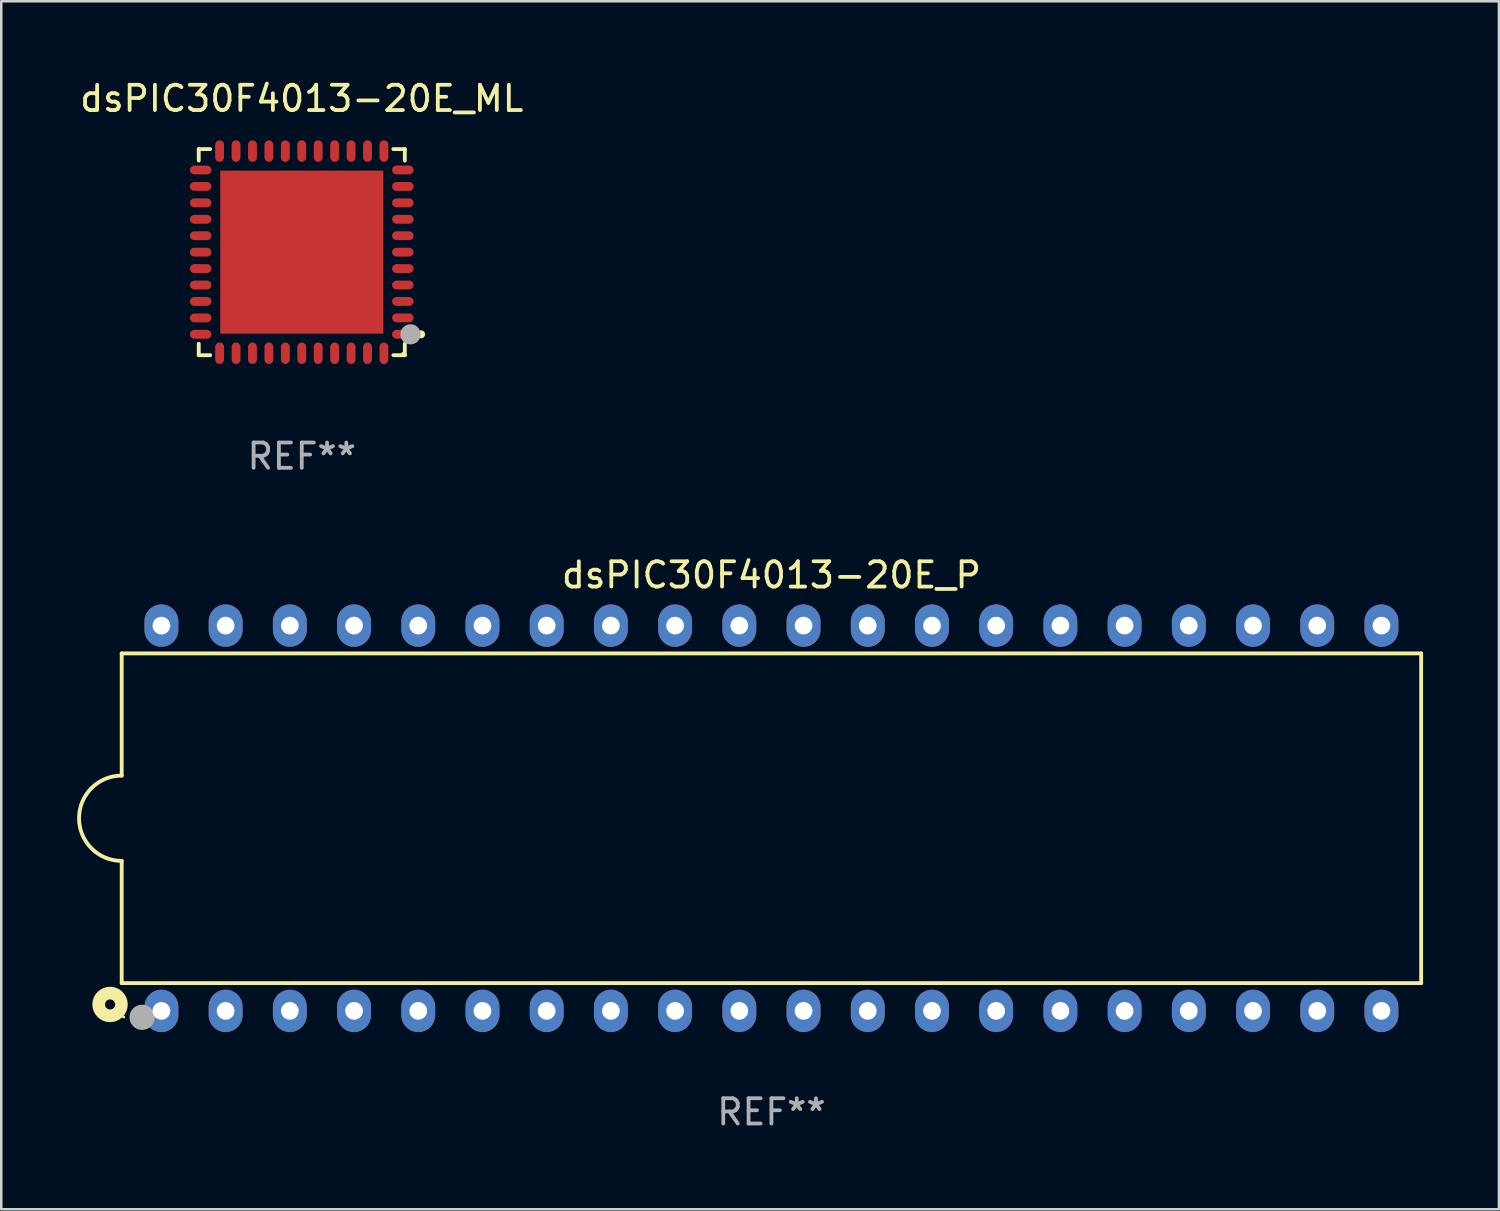
<source format=kicad_pcb>
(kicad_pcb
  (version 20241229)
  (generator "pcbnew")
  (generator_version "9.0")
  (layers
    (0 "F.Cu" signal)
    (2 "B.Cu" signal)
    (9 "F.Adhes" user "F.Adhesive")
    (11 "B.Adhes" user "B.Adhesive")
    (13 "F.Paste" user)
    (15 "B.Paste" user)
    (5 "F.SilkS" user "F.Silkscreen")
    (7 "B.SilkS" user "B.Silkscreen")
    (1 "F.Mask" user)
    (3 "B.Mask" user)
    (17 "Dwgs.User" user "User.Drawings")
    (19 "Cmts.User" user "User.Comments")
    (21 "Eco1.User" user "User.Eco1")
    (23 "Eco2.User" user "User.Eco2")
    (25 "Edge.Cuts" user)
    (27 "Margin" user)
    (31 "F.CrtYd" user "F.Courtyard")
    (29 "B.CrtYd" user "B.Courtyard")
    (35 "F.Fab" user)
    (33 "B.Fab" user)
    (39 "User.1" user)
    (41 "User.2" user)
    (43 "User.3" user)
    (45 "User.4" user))
  (footprint "dsPIC30F4013-20E_ML"
    (layer "F.Cu")
    (at 8.887 6.924)
    (property "Reference" "dsPIC30F4013-20E_ML" (at 0 -6.076 0) (layer "F.SilkS") (effects (font (size 1 1) (thickness 0.15))))
    (attr through_hole)
    (fp_line (start -4.076 -4.076) (end -4.076 -3.622) (stroke (width 0.152) (type solid)) (layer "F.SilkS"))
    (fp_line (start -4.076 4.076) (end -4.076 3.622) (stroke (width 0.152) (type solid)) (layer "F.SilkS"))
    (fp_line (start -3.622 -4.076) (end -4.076 -4.076) (stroke (width 0.152) (type solid)) (layer "F.SilkS"))
    (fp_line (start -3.622 4.076) (end -4.076 4.076) (stroke (width 0.152) (type solid)) (layer "F.SilkS"))
    (fp_line (start 3.622 -4.076) (end 4.076 -4.076) (stroke (width 0.152) (type solid)) (layer "F.SilkS"))
    (fp_line (start 3.622 4.076) (end 4.076 4.076) (stroke (width 0.152) (type solid)) (layer "F.SilkS"))
    (fp_line (start 4.076 -4.076) (end 4.076 -3.622) (stroke (width 0.152) (type solid)) (layer "F.SilkS"))
    (fp_line (start 4.076 4.076) (end 4.076 3.622) (stroke (width 0.152) (type solid)) (layer "F.SilkS"))
    (fp_circle (center 4 4) (end 4.03 4) (stroke (width 0.06) (type solid)) (fill no) (layer "F.SilkS"))
    (fp_circle (center 4.722 3.25) (end 4.801 3.25) (stroke (width 0.158) (type solid)) (fill no) (layer "F.SilkS"))
    (fp_circle (center 4.3 3.25) (end 4.5 3.25) (stroke (width 0.4) (type solid)) (fill no) (layer "F.Fab"))
    (fp_text user "REF**" (at 0 8.076 0) (layer "F.Fab") (effects (font (size 1 1) (thickness 0.15))))
    (pad "1" smd oval (at 3.998 3.25) (size 0.85 0.35) (layers "F.Cu" "F.Mask" "F.Paste"))
    (pad "2" smd oval (at 3.998 2.6) (size 0.85 0.35) (layers "F.Cu" "F.Mask" "F.Paste"))
    (pad "3" smd oval (at 3.998 1.95) (size 0.85 0.35) (layers "F.Cu" "F.Mask" "F.Paste"))
    (pad "4" smd oval (at 3.998 1.3) (size 0.85 0.35) (layers "F.Cu" "F.Mask" "F.Paste"))
    (pad "5" smd oval (at 3.998 0.65) (size 0.85 0.35) (layers "F.Cu" "F.Mask" "F.Paste"))
    (pad "6" smd oval (at 3.998 0.000051) (size 0.85 0.35) (layers "F.Cu" "F.Mask" "F.Paste"))
    (pad "7" smd oval (at 3.998 -0.65) (size 0.85 0.35) (layers "F.Cu" "F.Mask" "F.Paste"))
    (pad "8" smd oval (at 3.998 -1.3) (size 0.85 0.35) (layers "F.Cu" "F.Mask" "F.Paste"))
    (pad "9" smd oval (at 3.998 -1.95) (size 0.85 0.35) (layers "F.Cu" "F.Mask" "F.Paste"))
    (pad "10" smd oval (at 3.998 -2.6) (size 0.85 0.35) (layers "F.Cu" "F.Mask" "F.Paste"))
    (pad "11" smd oval (at 3.998 -3.25) (size 0.85 0.35) (layers "F.Cu" "F.Mask" "F.Paste"))
    (pad "12" smd oval (at 3.25 -3.998) (size 0.35 0.85) (layers "F.Cu" "F.Mask" "F.Paste"))
    (pad "13" smd oval (at 2.6 -3.998) (size 0.35 0.85) (layers "F.Cu" "F.Mask" "F.Paste"))
    (pad "14" smd oval (at 1.95 -3.998) (size 0.35 0.85) (layers "F.Cu" "F.Mask" "F.Paste"))
    (pad "15" smd oval (at 1.3 -3.998) (size 0.35 0.85) (layers "F.Cu" "F.Mask" "F.Paste"))
    (pad "16" smd oval (at 0.65 -3.998) (size 0.35 0.85) (layers "F.Cu" "F.Mask" "F.Paste"))
    (pad "17" smd oval (at -0.000127 -3.998) (size 0.35 0.85) (layers "F.Cu" "F.Mask" "F.Paste"))
    (pad "18" smd oval (at -0.65 -3.998) (size 0.35 0.85) (layers "F.Cu" "F.Mask" "F.Paste"))
    (pad "19" smd oval (at -1.3 -3.998) (size 0.35 0.85) (layers "F.Cu" "F.Mask" "F.Paste"))
    (pad "20" smd oval (at -1.95 -3.998) (size 0.35 0.85) (layers "F.Cu" "F.Mask" "F.Paste"))
    (pad "21" smd oval (at -2.6 -3.998) (size 0.35 0.85) (layers "F.Cu" "F.Mask" "F.Paste"))
    (pad "22" smd oval (at -3.25 -3.998) (size 0.35 0.85) (layers "F.Cu" "F.Mask" "F.Paste"))
    (pad "23" smd oval (at -3.999 -3.25) (size 0.85 0.35) (layers "F.Cu" "F.Mask" "F.Paste"))
    (pad "24" smd oval (at -3.999 -2.6) (size 0.85 0.35) (layers "F.Cu" "F.Mask" "F.Paste"))
    (pad "25" smd oval (at -3.999 -1.95) (size 0.85 0.35) (layers "F.Cu" "F.Mask" "F.Paste"))
    (pad "26" smd oval (at -3.999 -1.3) (size 0.85 0.35) (layers "F.Cu" "F.Mask" "F.Paste"))
    (pad "27" smd oval (at -3.999 -0.65) (size 0.85 0.35) (layers "F.Cu" "F.Mask" "F.Paste"))
    (pad "28" smd oval (at -3.999 0.000051) (size 0.85 0.35) (layers "F.Cu" "F.Mask" "F.Paste"))
    (pad "29" smd oval (at -3.999 0.65) (size 0.85 0.35) (layers "F.Cu" "F.Mask" "F.Paste"))
    (pad "30" smd oval (at -3.999 1.3) (size 0.85 0.35) (layers "F.Cu" "F.Mask" "F.Paste"))
    (pad "31" smd oval (at -3.999 1.95) (size 0.85 0.35) (layers "F.Cu" "F.Mask" "F.Paste"))
    (pad "32" smd oval (at -3.999 2.6) (size 0.85 0.35) (layers "F.Cu" "F.Mask" "F.Paste"))
    (pad "33" smd oval (at -3.999 3.25) (size 0.85 0.35) (layers "F.Cu" "F.Mask" "F.Paste"))
    (pad "34" smd oval (at -3.25 3.999) (size 0.35 0.85) (layers "F.Cu" "F.Mask" "F.Paste"))
    (pad "35" smd oval (at -2.6 3.999) (size 0.35 0.85) (layers "F.Cu" "F.Mask" "F.Paste"))
    (pad "36" smd oval (at -1.95 3.999) (size 0.35 0.85) (layers "F.Cu" "F.Mask" "F.Paste"))
    (pad "37" smd oval (at -1.3 3.999) (size 0.35 0.85) (layers "F.Cu" "F.Mask" "F.Paste"))
    (pad "38" smd oval (at -0.65 3.999) (size 0.35 0.85) (layers "F.Cu" "F.Mask" "F.Paste"))
    (pad "39" smd oval (at -0.000127 3.999) (size 0.35 0.85) (layers "F.Cu" "F.Mask" "F.Paste"))
    (pad "40" smd oval (at 0.65 3.999) (size 0.35 0.85) (layers "F.Cu" "F.Mask" "F.Paste"))
    (pad "41" smd oval (at 1.3 3.999) (size 0.35 0.85) (layers "F.Cu" "F.Mask" "F.Paste"))
    (pad "42" smd oval (at 1.95 3.999) (size 0.35 0.85) (layers "F.Cu" "F.Mask" "F.Paste"))
    (pad "43" smd oval (at 2.6 3.999) (size 0.35 0.85) (layers "F.Cu" "F.Mask" "F.Paste"))
    (pad "44" smd oval (at 3.25 3.999) (size 0.35 0.85) (layers "F.Cu" "F.Mask" "F.Paste"))
    (pad "45" smd rect (at -0.000127 0.000051) (size 6.45 6.45) (layers "F.Cu" "F.Mask" "F.Paste")))
  (footprint "dsPIC30F4013-20E_P"
    (layer "F.Cu")
    (at 27.465 29.317)
    (property "Reference" "dsPIC30F4013-20E_P" (at 0 -9.62 0) (layer "F.SilkS") (effects (font (size 1 1) (thickness 0.15))))
    (attr through_hole)
    (fp_line (start -25.701 -6.521) (end -25.701 -1.688) (stroke (width 0.152) (type solid)) (layer "F.SilkS"))
    (fp_line (start -25.701 1.688) (end -25.701 6.521) (stroke (width 0.152) (type solid)) (layer "F.SilkS"))
    (fp_line (start -25.701 6.521) (end 25.701 6.521) (stroke (width 0.152) (type solid)) (layer "F.SilkS"))
    (fp_line (start 25.701 -6.521) (end -25.701 -6.521) (stroke (width 0.152) (type solid)) (layer "F.SilkS"))
    (fp_line (start 25.701 6.521) (end 25.701 -6.521) (stroke (width 0.152) (type solid)) (layer "F.SilkS"))
    (fp_arc (start -25.701199 1.687501) (mid -27.3887 0) (end -25.701199 -1.687501) (stroke (width 0.1524) (type solid)) (layer "F.SilkS"))
    (fp_circle (center -26.162 7.366) (end -25.962 7.366) (stroke (width 0.5) (type solid)) (fill no) (layer "F.SilkS"))
    (fp_circle (center -25.625 7.86) (end -25.595 7.86) (stroke (width 0.06) (type solid)) (fill no) (layer "F.SilkS"))
    (fp_circle (center -24.892 7.874) (end -24.642 7.874) (stroke (width 0.5) (type solid)) (fill no) (layer "F.Fab"))
    (fp_text user "REF**" (at 0 11.62 0) (layer "F.Fab") (effects (font (size 1 1) (thickness 0.15))))
    (pad "1" thru_hole oval (at -24.13 7.62) (size 1.34 1.675) (drill 0.7) (layers "*.Cu" "*.Mask"))
    (pad "2" thru_hole oval (at -21.59 7.62) (size 1.34 1.675) (drill 0.7) (layers "*.Cu" "*.Mask"))
    (pad "3" thru_hole oval (at -19.05 7.62) (size 1.34 1.675) (drill 0.7) (layers "*.Cu" "*.Mask"))
    (pad "4" thru_hole oval (at -16.51 7.62) (size 1.34 1.675) (drill 0.7) (layers "*.Cu" "*.Mask"))
    (pad "5" thru_hole oval (at -13.97 7.62) (size 1.34 1.675) (drill 0.7) (layers "*.Cu" "*.Mask"))
    (pad "6" thru_hole oval (at -11.43 7.62) (size 1.34 1.675) (drill 0.7) (layers "*.Cu" "*.Mask"))
    (pad "7" thru_hole oval (at -8.89 7.62) (size 1.34 1.675) (drill 0.7) (layers "*.Cu" "*.Mask"))
    (pad "8" thru_hole oval (at -6.35 7.62) (size 1.34 1.675) (drill 0.7) (layers "*.Cu" "*.Mask"))
    (pad "9" thru_hole oval (at -3.81 7.62) (size 1.34 1.675) (drill 0.7) (layers "*.Cu" "*.Mask"))
    (pad "10" thru_hole oval (at -1.27 7.62) (size 1.34 1.675) (drill 0.7) (layers "*.Cu" "*.Mask"))
    (pad "11" thru_hole oval (at 1.27 7.62) (size 1.34 1.675) (drill 0.7) (layers "*.Cu" "*.Mask"))
    (pad "12" thru_hole oval (at 3.81 7.62) (size 1.34 1.675) (drill 0.7) (layers "*.Cu" "*.Mask"))
    (pad "13" thru_hole oval (at 6.35 7.62) (size 1.34 1.675) (drill 0.7) (layers "*.Cu" "*.Mask"))
    (pad "14" thru_hole oval (at 8.89 7.62) (size 1.34 1.675) (drill 0.7) (layers "*.Cu" "*.Mask"))
    (pad "15" thru_hole oval (at 11.43 7.62) (size 1.34 1.675) (drill 0.7) (layers "*.Cu" "*.Mask"))
    (pad "16" thru_hole oval (at 13.97 7.62) (size 1.34 1.675) (drill 0.7) (layers "*.Cu" "*.Mask"))
    (pad "17" thru_hole oval (at 16.51 7.62) (size 1.34 1.675) (drill 0.7) (layers "*.Cu" "*.Mask"))
    (pad "18" thru_hole oval (at 19.05 7.62) (size 1.34 1.675) (drill 0.7) (layers "*.Cu" "*.Mask"))
    (pad "19" thru_hole oval (at 21.59 7.62) (size 1.34 1.675) (drill 0.7) (layers "*.Cu" "*.Mask"))
    (pad "20" thru_hole oval (at 24.13 7.62) (size 1.34 1.675) (drill 0.7) (layers "*.Cu" "*.Mask"))
    (pad "21" thru_hole oval (at 24.13 -7.62) (size 1.34 1.675) (drill 0.7) (layers "*.Cu" "*.Mask"))
    (pad "22" thru_hole oval (at 21.59 -7.62) (size 1.34 1.675) (drill 0.7) (layers "*.Cu" "*.Mask"))
    (pad "23" thru_hole oval (at 19.05 -7.62) (size 1.34 1.675) (drill 0.7) (layers "*.Cu" "*.Mask"))
    (pad "24" thru_hole oval (at 16.51 -7.62) (size 1.34 1.675) (drill 0.7) (layers "*.Cu" "*.Mask"))
    (pad "25" thru_hole oval (at 13.97 -7.62) (size 1.34 1.675) (drill 0.7) (layers "*.Cu" "*.Mask"))
    (pad "26" thru_hole oval (at 11.43 -7.62) (size 1.34 1.675) (drill 0.7) (layers "*.Cu" "*.Mask"))
    (pad "27" thru_hole oval (at 8.89 -7.62) (size 1.34 1.675) (drill 0.7) (layers "*.Cu" "*.Mask"))
    (pad "28" thru_hole oval (at 6.35 -7.62) (size 1.34 1.675) (drill 0.7) (layers "*.Cu" "*.Mask"))
    (pad "29" thru_hole oval (at 3.81 -7.62) (size 1.34 1.675) (drill 0.7) (layers "*.Cu" "*.Mask"))
    (pad "30" thru_hole oval (at 1.27 -7.62) (size 1.34 1.675) (drill 0.7) (layers "*.Cu" "*.Mask"))
    (pad "31" thru_hole oval (at -1.27 -7.62) (size 1.34 1.675) (drill 0.7) (layers "*.Cu" "*.Mask"))
    (pad "32" thru_hole oval (at -3.81 -7.62) (size 1.34 1.675) (drill 0.7) (layers "*.Cu" "*.Mask"))
    (pad "33" thru_hole oval (at -6.35 -7.62) (size 1.34 1.675) (drill 0.7) (layers "*.Cu" "*.Mask"))
    (pad "34" thru_hole oval (at -8.89 -7.62) (size 1.34 1.675) (drill 0.7) (layers "*.Cu" "*.Mask"))
    (pad "35" thru_hole oval (at -11.43 -7.62) (size 1.34 1.675) (drill 0.7) (layers "*.Cu" "*.Mask"))
    (pad "36" thru_hole oval (at -13.97 -7.62) (size 1.34 1.675) (drill 0.7) (layers "*.Cu" "*.Mask"))
    (pad "37" thru_hole oval (at -16.51 -7.62) (size 1.34 1.675) (drill 0.7) (layers "*.Cu" "*.Mask"))
    (pad "38" thru_hole oval (at -19.05 -7.62) (size 1.34 1.675) (drill 0.7) (layers "*.Cu" "*.Mask"))
    (pad "39" thru_hole oval (at -21.59 -7.62) (size 1.34 1.675) (drill 0.7) (layers "*.Cu" "*.Mask"))
    (pad "40" thru_hole oval (at -24.13 -7.62) (size 1.34 1.675) (drill 0.7) (layers "*.Cu" "*.Mask")))
  (gr_rect
    (start -3 -3)
    (end 56.242 44.785)
    (stroke (width 0.1) (type default))
    (fill no)
    (layer "Edge.Cuts")))
</source>
